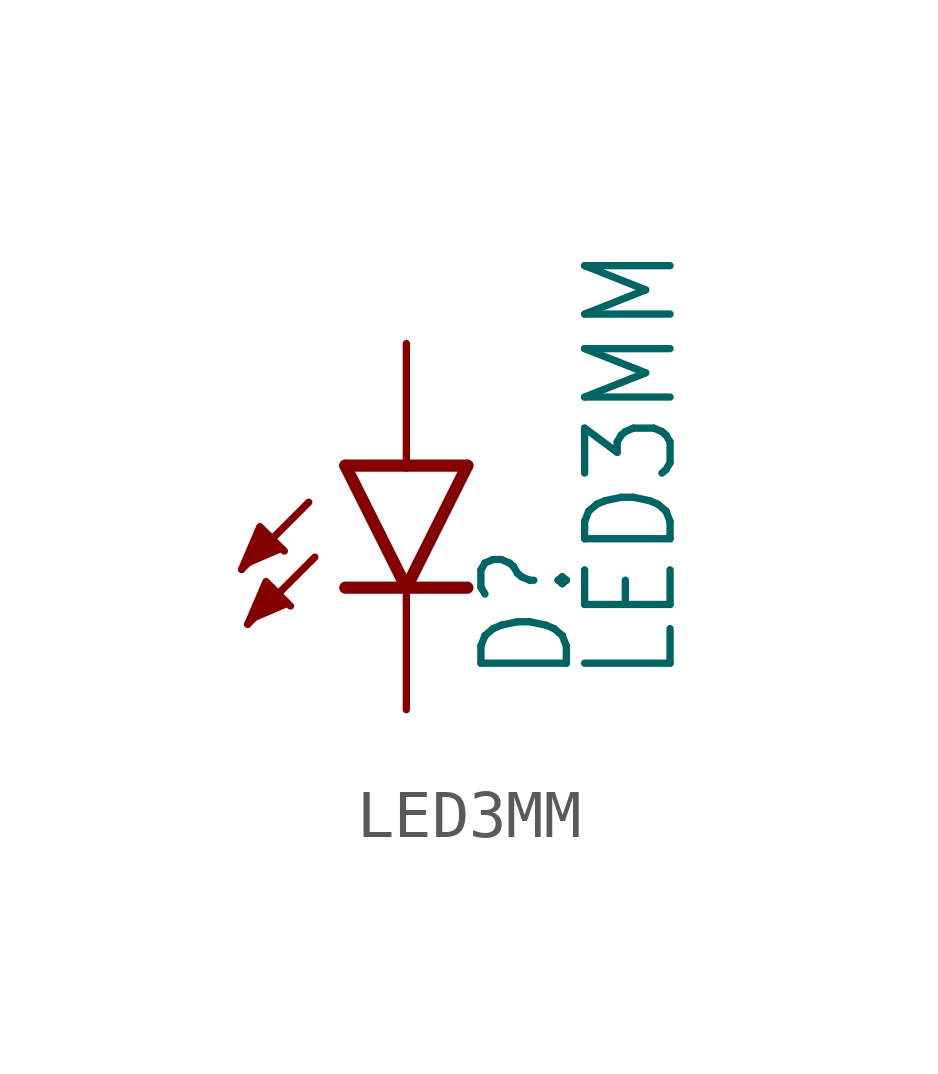
<source format=kicad_sym>
(kicad_symbol_lib
  (version 20220914)
  (generator kicad_symbol_editor)
  (symbol "LED3MM"
    (property "Reference" "D"
      (at 3.556 -4.572 90)
      (effects (font (size 1.778 1.511)) (justify left bottom)))
    (property "Value" "LED3MM"
      (at 5.715 -4.572 90)
      (effects (font (size 1.778 1.511)) (justify left bottom)))
    (property "ki_locked" ""
      (at 0 0 0)
      (effects (font (size 1.27 1.27))))
    (symbol "LED3MM_1_0"
      (polyline (pts (xy -2.032 -0.762) (xy -3.429 -2.159)) (stroke (width 0.152) (type default)) (fill (type none)))
      (polyline (pts (xy -1.905 -1.905) (xy -3.302 -3.302)) (stroke (width 0.152) (type default)) (fill (type none)))
      (polyline (pts (xy 0 -2.54) (xy -1.27 -2.54)) (stroke (width 0.254) (type default)) (fill (type none)))
      (polyline (pts (xy 0 -2.54) (xy -1.27 0)) (stroke (width 0.254) (type default)) (fill (type none)))
      (polyline (pts (xy 0 0) (xy -1.27 0)) (stroke (width 0.254) (type default)) (fill (type none)))
      (polyline (pts (xy 1.27 -2.54) (xy 0 -2.54)) (stroke (width 0.254) (type default)) (fill (type none)))
      (polyline (pts (xy 1.27 0) (xy 0 -2.54)) (stroke (width 0.254) (type default)) (fill (type none)))
      (polyline (pts (xy 1.27 0) (xy 0 0)) (stroke (width 0.254) (type default)) (fill (type none)))
      (polyline (pts (xy -3.429 -2.159) (xy -3.048 -1.27) (xy -2.54 -1.778)) (stroke (width 0) (type default)) (fill (type outline)))
      (polyline (pts (xy -3.302 -3.302) (xy -2.921 -2.413) (xy -2.413 -2.921)) (stroke (width 0) (type default)) (fill (type outline)))
      (pin passive line (at 0 2.54 270) (length 2.54) (name "A" (effects (font (size 0 0)))) (number "A" (effects (font (size 0 0)))))
      (pin passive line (at 0 -5.08 90) (length 2.54) (name "C" (effects (font (size 0 0)))) (number "K" (effects (font (size 0 0))))))))
</source>
